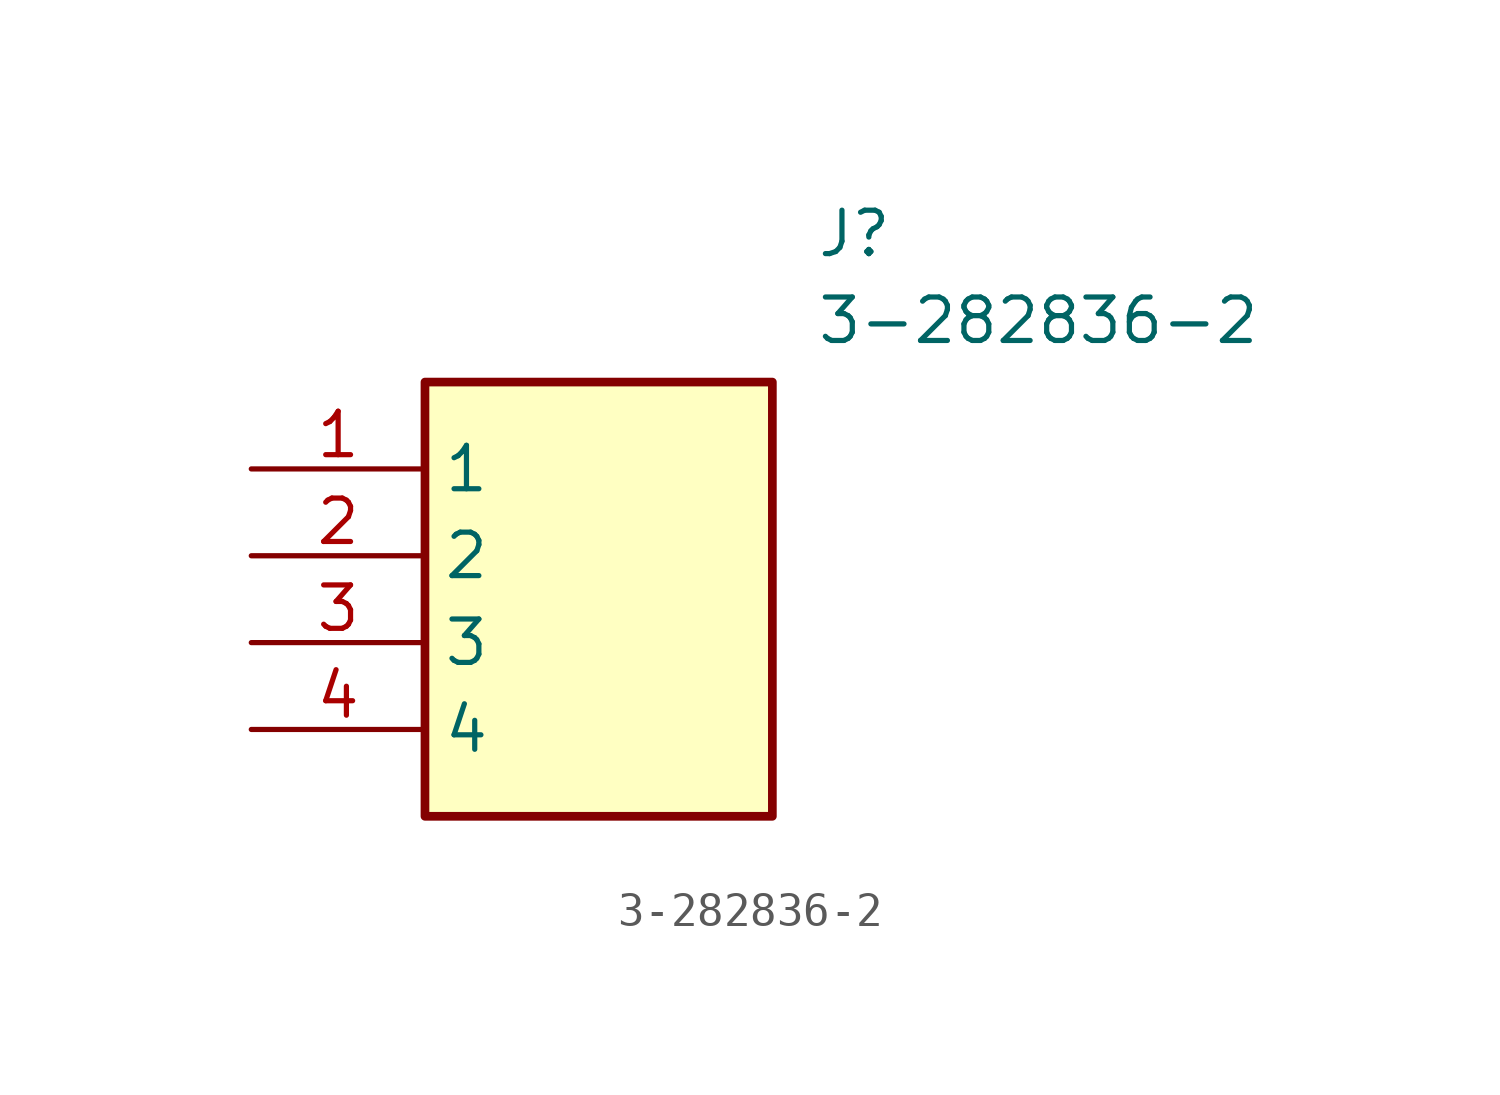
<source format=kicad_sym>
(kicad_symbol_lib
  (version 20211014)
  (generator SamacSys_ECAD_Model)
  (symbol "3-282836-2"
    (property "Reference" "J"
      (at 16.51 7.62 0)
      (effects (font (size 1.27 1.27)) (justify left top)))
    (property "Value" "3-282836-2"
      (at 16.51 5.08 0)
      (effects (font (size 1.27 1.27)) (justify left top)))
    (rectangle
      (start 5.08 2.54)
      (end 15.24 -10.16)
      (stroke (width 0.254) (type default))
      (fill (type background)))
    (pin passive line
      (at 0 0 0)
      (length 5.08)
      (name "1" (effects (font (size 1.27 1.27))))
      (number "1" (effects (font (size 1.27 1.27)))))
    (pin passive line
      (at 0 -2.54 0)
      (length 5.08)
      (name "2" (effects (font (size 1.27 1.27))))
      (number "2" (effects (font (size 1.27 1.27)))))
    (pin passive line
      (at 0 -5.08 0)
      (length 5.08)
      (name "3" (effects (font (size 1.27 1.27))))
      (number "3" (effects (font (size 1.27 1.27)))))
    (pin passive line
      (at 0 -7.62 0)
      (length 5.08)
      (name "4" (effects (font (size 1.27 1.27))))
      (number "4" (effects (font (size 1.27 1.27)))))))
</source>
